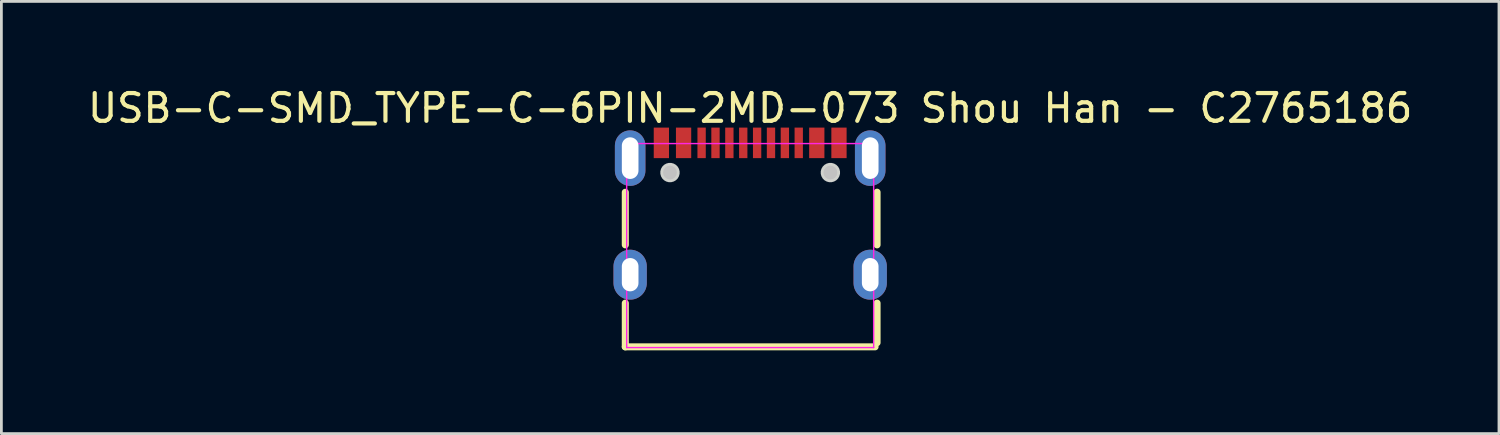
<source format=kicad_pcb>
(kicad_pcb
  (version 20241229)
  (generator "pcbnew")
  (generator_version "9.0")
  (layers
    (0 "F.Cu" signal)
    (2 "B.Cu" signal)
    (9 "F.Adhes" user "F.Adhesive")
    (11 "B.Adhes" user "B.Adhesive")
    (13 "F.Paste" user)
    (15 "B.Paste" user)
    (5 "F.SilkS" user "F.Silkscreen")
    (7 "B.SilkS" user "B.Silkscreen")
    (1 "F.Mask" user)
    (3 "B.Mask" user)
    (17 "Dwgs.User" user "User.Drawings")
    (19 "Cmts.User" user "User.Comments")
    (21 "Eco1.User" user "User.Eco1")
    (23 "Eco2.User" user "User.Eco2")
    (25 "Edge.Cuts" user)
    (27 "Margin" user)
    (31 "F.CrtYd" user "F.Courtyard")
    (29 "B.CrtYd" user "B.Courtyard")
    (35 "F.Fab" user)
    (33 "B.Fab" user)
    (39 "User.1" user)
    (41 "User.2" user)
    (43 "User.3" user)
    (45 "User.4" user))
  (footprint "USB-C-SMD_TYPE-C-6PIN-2MD-073 Shou Han - C2765186"
    (layer "F.Cu")
    (at 23.982 4.473)
    (property "Reference" "USB-C-SMD_TYPE-C-6PIN-2MD-073 Shou Han - C2765186" (at 0 -3.625 0) (layer "F.SilkS") (effects (font (size 1 1) (thickness 0.15))))
    (fp_line (start -4.5 1.3) (end -4.5 -0.594) (stroke (width 0.254) (type default)) (layer "F.SilkS"))
    (fp_line (start -4.5 4.975) (end -4.5 3.4) (stroke (width 0.254) (type default)) (layer "F.SilkS"))
    (fp_line (start 4.5 4.975) (end -4.5 4.975) (stroke (width 0.254) (type default)) (layer "F.SilkS"))
    (fp_line (start 4.572 1.3) (end 4.572 -0.597) (stroke (width 0.254) (type default)) (layer "F.SilkS"))
    (fp_line (start 4.572 4.826) (end 4.572 3.4) (stroke (width 0.254) (type default)) (layer "F.SilkS"))
    (fp_poly (pts (xy -3.5 -2.925) (xy -3.5 -1.825) (xy -2.9 -1.825) (xy -2.9 -2.925)) (stroke (width 0) (type default)) (fill yes) (layer "F.Paste"))
    (fp_poly (pts (xy -2.7 -2.925) (xy -2.7 -1.825) (xy -2.1 -1.825) (xy -2.1 -2.925)) (stroke (width 0) (type default)) (fill yes) (layer "F.Paste"))
    (fp_poly (pts (xy -1.6 -1.825) (xy -1.6 -2.925) (xy -1.9 -2.925) (xy -1.9 -1.825)) (stroke (width 0) (type default)) (fill yes) (layer "F.Paste"))
    (fp_poly (pts (xy -1.1 -1.825) (xy -1.1 -2.925) (xy -1.4 -2.925) (xy -1.4 -1.825)) (stroke (width 0) (type default)) (fill yes) (layer "F.Paste"))
    (fp_poly (pts (xy -0.6 -1.825) (xy -0.6 -2.925) (xy -0.9 -2.925) (xy -0.9 -1.825)) (stroke (width 0) (type default)) (fill yes) (layer "F.Paste"))
    (fp_poly (pts (xy -0.1 -1.825) (xy -0.1 -2.925) (xy -0.4 -2.925) (xy -0.4 -1.825)) (stroke (width 0) (type default)) (fill yes) (layer "F.Paste"))
    (fp_poly (pts (xy 0.4 -1.825) (xy 0.4 -2.925) (xy 0.1 -2.925) (xy 0.1 -1.825)) (stroke (width 0) (type default)) (fill yes) (layer "F.Paste"))
    (fp_poly (pts (xy 0.9 -1.825) (xy 0.9 -2.925) (xy 0.6 -2.925) (xy 0.6 -1.825)) (stroke (width 0) (type default)) (fill yes) (layer "F.Paste"))
    (fp_poly (pts (xy 1.4 -1.825) (xy 1.4 -2.925) (xy 1.1 -2.925) (xy 1.1 -1.825)) (stroke (width 0) (type default)) (fill yes) (layer "F.Paste"))
    (fp_poly (pts (xy 1.6 -2.925) (xy 1.6 -1.825) (xy 1.9 -1.825) (xy 1.9 -2.925)) (stroke (width 0) (type default)) (fill yes) (layer "F.Paste"))
    (fp_poly (pts (xy 2.1 -2.925) (xy 2.1 -1.825) (xy 2.7 -1.825) (xy 2.7 -2.925)) (stroke (width 0) (type default)) (fill yes) (layer "F.Paste"))
    (fp_poly (pts (xy 3.5 -1.825) (xy 3.5 -2.925) (xy 2.9 -2.925) (xy 2.9 -1.825)) (stroke (width 0) (type default)) (fill yes) (layer "F.Paste"))
    (fp_poly (pts (xy -4.34 -2.825) (xy -4.37 -2.824) (xy -4.399 -2.821) (xy -4.429 -2.816) (xy -4.458 -2.81) (xy -4.487 -2.803) (xy -4.516 -2.794) (xy -4.544 -2.784) (xy -4.572 -2.772) (xy -4.598 -2.759) (xy -4.625 -2.744) (xy -4.651 -2.729) (xy -4.675 -2.712) (xy -4.699 -2.694) (xy -4.722 -2.675) (xy -4.744 -2.655) (xy -4.765 -2.633) (xy -4.785 -2.611) (xy -4.803 -2.587) (xy -4.821 -2.563) (xy -4.837 -2.538) (xy -4.852 -2.512) (xy -4.865 -2.486) (xy -4.878 -2.458) (xy -4.889 -2.43) (xy -4.899 -2.402) (xy -4.907 -2.373) (xy -4.913 -2.344) (xy -4.918 -2.314) (xy -4.922 -2.285) (xy -4.924 -2.255) (xy -4.925 -2.225) (xy -4.925 -1.425) (xy -4.924 -1.395) (xy -4.922 -1.365) (xy -4.918 -1.335) (xy -4.913 -1.306) (xy -4.907 -1.277) (xy -4.899 -1.248) (xy -4.889 -1.22) (xy -4.878 -1.192) (xy -4.865 -1.165) (xy -4.852 -1.138) (xy -4.837 -1.113) (xy -4.821 -1.087) (xy -4.803 -1.063) (xy -4.785 -1.04) (xy -4.765 -1.017) (xy -4.744 -0.996) (xy -4.722 -0.976) (xy -4.699 -0.956) (xy -4.675 -0.938) (xy -4.651 -0.921) (xy -4.625 -0.905) (xy -4.598 -0.891) (xy -4.572 -0.878) (xy -4.544 -0.867) (xy -4.516 -0.857) (xy -4.487 -0.848) (xy -4.458 -0.84) (xy -4.429 -0.834) (xy -4.399 -0.83) (xy -4.37 -0.827) (xy -4.34 -0.826) (xy -4.31 -0.826) (xy -4.28 -0.827) (xy -4.25 -0.83) (xy -4.221 -0.834) (xy -4.191 -0.84) (xy -4.162 -0.848) (xy -4.134 -0.857) (xy -4.106 -0.867) (xy -4.078 -0.878) (xy -4.051 -0.891) (xy -4.025 -0.905) (xy -3.999 -0.921) (xy -3.974 -0.938) (xy -3.951 -0.956) (xy -3.928 -0.976) (xy -3.906 -0.996) (xy -3.885 -1.017) (xy -3.865 -1.04) (xy -3.846 -1.063) (xy -3.829 -1.087) (xy -3.813 -1.113) (xy -3.798 -1.138) (xy -3.784 -1.165) (xy -3.772 -1.192) (xy -3.761 -1.22) (xy -3.752 -1.248) (xy -3.744 -1.277) (xy -3.737 -1.306) (xy -3.732 -1.335) (xy -3.728 -1.365) (xy -3.725 -1.395) (xy -3.725 -1.425) (xy -3.725 -2.225) (xy -3.725 -2.255) (xy -3.728 -2.285) (xy -3.732 -2.314) (xy -3.737 -2.344) (xy -3.744 -2.373) (xy -3.752 -2.402) (xy -3.761 -2.43) (xy -3.772 -2.458) (xy -3.784 -2.486) (xy -3.798 -2.512) (xy -3.813 -2.538) (xy -3.829 -2.563) (xy -3.846 -2.587) (xy -3.865 -2.611) (xy -3.885 -2.633) (xy -3.906 -2.655) (xy -3.928 -2.675) (xy -3.951 -2.694) (xy -3.974 -2.712) (xy -3.999 -2.729) (xy -4.025 -2.744) (xy -4.051 -2.759) (xy -4.078 -2.772) (xy -4.106 -2.784) (xy -4.134 -2.794) (xy -4.162 -2.803) (xy -4.191 -2.81) (xy -4.221 -2.816) (xy -4.25 -2.821) (xy -4.28 -2.824) (xy -4.31 -2.825)) (stroke (width 0) (type default)) (fill yes) (layer "F.Paste"))
    (fp_poly (pts (xy -4.28 1.627) (xy -4.31 1.625) (xy -4.34 1.625) (xy -4.37 1.627) (xy -4.399 1.629) (xy -4.429 1.634) (xy -4.458 1.64) (xy -4.487 1.647) (xy -4.516 1.657) (xy -4.544 1.667) (xy -4.572 1.678) (xy -4.598 1.691) (xy -4.625 1.706) (xy -4.651 1.721) (xy -4.675 1.738) (xy -4.699 1.756) (xy -4.722 1.775) (xy -4.744 1.796) (xy -4.765 1.817) (xy -4.785 1.839) (xy -4.803 1.863) (xy -4.821 1.887) (xy -4.837 1.912) (xy -4.852 1.938) (xy -4.865 1.964) (xy -4.878 1.992) (xy -4.889 2.02) (xy -4.899 2.048) (xy -4.907 2.077) (xy -4.913 2.106) (xy -4.918 2.135) (xy -4.922 2.166) (xy -4.924 2.195) (xy -4.925 2.225) (xy -4.925 2.525) (xy -4.924 2.555) (xy -4.922 2.585) (xy -4.918 2.615) (xy -4.913 2.644) (xy -4.907 2.673) (xy -4.899 2.702) (xy -4.889 2.73) (xy -4.878 2.758) (xy -4.865 2.785) (xy -4.852 2.812) (xy -4.837 2.838) (xy -4.821 2.863) (xy -4.803 2.888) (xy -4.785 2.91) (xy -4.765 2.933) (xy -4.744 2.954) (xy -4.722 2.975) (xy -4.699 2.994) (xy -4.675 3.012) (xy -4.651 3.029) (xy -4.625 3.045) (xy -4.598 3.059) (xy -4.572 3.072) (xy -4.544 3.083) (xy -4.516 3.094) (xy -4.487 3.103) (xy -4.458 3.11) (xy -4.429 3.116) (xy -4.399 3.12) (xy -4.37 3.123) (xy -4.34 3.125) (xy -4.31 3.125) (xy -4.28 3.123) (xy -4.25 3.12) (xy -4.221 3.116) (xy -4.191 3.11) (xy -4.162 3.103) (xy -4.134 3.094) (xy -4.106 3.083) (xy -4.078 3.072) (xy -4.051 3.059) (xy -4.025 3.045) (xy -3.999 3.029) (xy -3.974 3.012) (xy -3.951 2.994) (xy -3.928 2.975) (xy -3.906 2.954) (xy -3.885 2.933) (xy -3.865 2.91) (xy -3.846 2.888) (xy -3.829 2.863) (xy -3.813 2.838) (xy -3.798 2.812) (xy -3.784 2.785) (xy -3.772 2.758) (xy -3.761 2.73) (xy -3.752 2.702) (xy -3.744 2.673) (xy -3.737 2.644) (xy -3.732 2.615) (xy -3.728 2.585) (xy -3.725 2.555) (xy -3.725 2.525) (xy -3.725 2.225) (xy -3.725 2.195) (xy -3.728 2.166) (xy -3.732 2.135) (xy -3.737 2.106) (xy -3.744 2.077) (xy -3.752 2.048) (xy -3.761 2.02) (xy -3.772 1.992) (xy -3.784 1.964) (xy -3.798 1.938) (xy -3.813 1.912) (xy -3.829 1.887) (xy -3.846 1.863) (xy -3.865 1.839) (xy -3.885 1.817) (xy -3.906 1.796) (xy -3.928 1.775) (xy -3.951 1.756) (xy -3.974 1.738) (xy -3.999 1.721) (xy -4.025 1.706) (xy -4.051 1.691) (xy -4.078 1.678) (xy -4.106 1.667) (xy -4.134 1.657) (xy -4.162 1.647) (xy -4.191 1.64) (xy -4.221 1.634) (xy -4.25 1.629)) (stroke (width 0) (type default)) (fill yes) (layer "F.Paste"))
    (fp_poly (pts (xy 4.31 1.625) (xy 4.28 1.627) (xy 4.25 1.629) (xy 4.221 1.634) (xy 4.191 1.64) (xy 4.162 1.647) (xy 4.134 1.657) (xy 4.106 1.667) (xy 4.078 1.678) (xy 4.051 1.691) (xy 4.025 1.706) (xy 3.999 1.721) (xy 3.974 1.738) (xy 3.951 1.756) (xy 3.928 1.775) (xy 3.906 1.796) (xy 3.885 1.817) (xy 3.865 1.839) (xy 3.846 1.863) (xy 3.829 1.887) (xy 3.813 1.912) (xy 3.798 1.938) (xy 3.784 1.964) (xy 3.772 1.992) (xy 3.761 2.02) (xy 3.752 2.048) (xy 3.744 2.077) (xy 3.737 2.106) (xy 3.732 2.135) (xy 3.728 2.166) (xy 3.725 2.195) (xy 3.725 2.225) (xy 3.725 2.525) (xy 3.725 2.555) (xy 3.728 2.585) (xy 3.732 2.615) (xy 3.737 2.644) (xy 3.744 2.673) (xy 3.752 2.702) (xy 3.761 2.73) (xy 3.772 2.758) (xy 3.784 2.785) (xy 3.798 2.812) (xy 3.813 2.838) (xy 3.829 2.863) (xy 3.846 2.888) (xy 3.865 2.91) (xy 3.885 2.933) (xy 3.906 2.954) (xy 3.928 2.975) (xy 3.951 2.994) (xy 3.974 3.012) (xy 3.999 3.029) (xy 4.025 3.045) (xy 4.051 3.059) (xy 4.078 3.072) (xy 4.106 3.083) (xy 4.134 3.094) (xy 4.162 3.103) (xy 4.191 3.11) (xy 4.221 3.116) (xy 4.25 3.12) (xy 4.28 3.123) (xy 4.31 3.125) (xy 4.34 3.125) (xy 4.37 3.123) (xy 4.399 3.12) (xy 4.429 3.116) (xy 4.458 3.11) (xy 4.487 3.103) (xy 4.516 3.094) (xy 4.544 3.083) (xy 4.572 3.072) (xy 4.598 3.059) (xy 4.625 3.045) (xy 4.651 3.029) (xy 4.675 3.012) (xy 4.699 2.994) (xy 4.722 2.975) (xy 4.744 2.954) (xy 4.765 2.933) (xy 4.785 2.91) (xy 4.803 2.888) (xy 4.821 2.863) (xy 4.837 2.838) (xy 4.852 2.812) (xy 4.865 2.785) (xy 4.878 2.758) (xy 4.889 2.73) (xy 4.899 2.702) (xy 4.907 2.673) (xy 4.913 2.644) (xy 4.918 2.615) (xy 4.922 2.585) (xy 4.924 2.555) (xy 4.925 2.525) (xy 4.925 2.225) (xy 4.924 2.195) (xy 4.922 2.166) (xy 4.918 2.135) (xy 4.913 2.106) (xy 4.907 2.077) (xy 4.899 2.048) (xy 4.889 2.02) (xy 4.878 1.992) (xy 4.865 1.964) (xy 4.852 1.938) (xy 4.837 1.912) (xy 4.821 1.887) (xy 4.803 1.863) (xy 4.785 1.839) (xy 4.765 1.817) (xy 4.744 1.796) (xy 4.722 1.775) (xy 4.699 1.756) (xy 4.675 1.738) (xy 4.651 1.721) (xy 4.625 1.706) (xy 4.598 1.691) (xy 4.572 1.678) (xy 4.544 1.667) (xy 4.516 1.657) (xy 4.487 1.647) (xy 4.458 1.64) (xy 4.429 1.634) (xy 4.399 1.629) (xy 4.37 1.627) (xy 4.34 1.625)) (stroke (width 0) (type default)) (fill yes) (layer "F.Paste"))
    (fp_poly (pts (xy 4.37 -2.824) (xy 4.34 -2.825) (xy 4.31 -2.825) (xy 4.28 -2.824) (xy 4.25 -2.821) (xy 4.221 -2.816) (xy 4.191 -2.81) (xy 4.162 -2.803) (xy 4.134 -2.794) (xy 4.106 -2.784) (xy 4.078 -2.772) (xy 4.051 -2.759) (xy 4.025 -2.744) (xy 3.999 -2.729) (xy 3.974 -2.712) (xy 3.951 -2.694) (xy 3.928 -2.675) (xy 3.906 -2.655) (xy 3.885 -2.633) (xy 3.865 -2.611) (xy 3.846 -2.587) (xy 3.829 -2.563) (xy 3.813 -2.538) (xy 3.798 -2.512) (xy 3.784 -2.486) (xy 3.772 -2.458) (xy 3.761 -2.43) (xy 3.752 -2.402) (xy 3.744 -2.373) (xy 3.737 -2.344) (xy 3.732 -2.314) (xy 3.728 -2.285) (xy 3.725 -2.255) (xy 3.725 -2.225) (xy 3.725 -1.425) (xy 3.725 -1.395) (xy 3.728 -1.365) (xy 3.732 -1.335) (xy 3.737 -1.306) (xy 3.744 -1.277) (xy 3.752 -1.248) (xy 3.761 -1.22) (xy 3.772 -1.192) (xy 3.784 -1.165) (xy 3.798 -1.138) (xy 3.813 -1.113) (xy 3.829 -1.087) (xy 3.846 -1.063) (xy 3.865 -1.04) (xy 3.885 -1.017) (xy 3.906 -0.996) (xy 3.928 -0.976) (xy 3.951 -0.956) (xy 3.974 -0.938) (xy 3.999 -0.921) (xy 4.025 -0.905) (xy 4.051 -0.891) (xy 4.078 -0.878) (xy 4.106 -0.867) (xy 4.134 -0.857) (xy 4.162 -0.848) (xy 4.191 -0.84) (xy 4.221 -0.834) (xy 4.25 -0.83) (xy 4.28 -0.827) (xy 4.31 -0.826) (xy 4.34 -0.826) (xy 4.37 -0.827) (xy 4.399 -0.83) (xy 4.429 -0.834) (xy 4.458 -0.84) (xy 4.487 -0.848) (xy 4.516 -0.857) (xy 4.544 -0.867) (xy 4.572 -0.878) (xy 4.598 -0.891) (xy 4.625 -0.905) (xy 4.651 -0.921) (xy 4.675 -0.938) (xy 4.699 -0.956) (xy 4.722 -0.976) (xy 4.744 -0.996) (xy 4.765 -1.017) (xy 4.785 -1.04) (xy 4.803 -1.063) (xy 4.821 -1.087) (xy 4.837 -1.113) (xy 4.852 -1.138) (xy 4.865 -1.165) (xy 4.878 -1.192) (xy 4.889 -1.22) (xy 4.899 -1.248) (xy 4.907 -1.277) (xy 4.913 -1.306) (xy 4.918 -1.335) (xy 4.922 -1.365) (xy 4.924 -1.395) (xy 4.925 -1.425) (xy 4.925 -2.225) (xy 4.924 -2.255) (xy 4.922 -2.285) (xy 4.918 -2.314) (xy 4.913 -2.344) (xy 4.907 -2.373) (xy 4.899 -2.402) (xy 4.889 -2.43) (xy 4.878 -2.458) (xy 4.865 -2.486) (xy 4.852 -2.512) (xy 4.837 -2.538) (xy 4.821 -2.563) (xy 4.803 -2.587) (xy 4.785 -2.611) (xy 4.765 -2.633) (xy 4.744 -2.655) (xy 4.722 -2.675) (xy 4.699 -2.694) (xy 4.675 -2.712) (xy 4.651 -2.729) (xy 4.625 -2.744) (xy 4.598 -2.759) (xy 4.572 -2.772) (xy 4.544 -2.784) (xy 4.516 -2.794) (xy 4.487 -2.803) (xy 4.458 -2.81) (xy 4.429 -2.816) (xy 4.399 -2.821)) (stroke (width 0) (type default)) (fill yes) (layer "F.Paste"))
    (fp_circle (center -2.89 -1.305) (end -2.765 -1.305) (stroke (width 0.25) (type default)) (fill no) (layer "Dwgs.User"))
    (fp_circle (center 2.89 -1.305) (end 3.015 -1.305) (stroke (width 0.25) (type default)) (fill no) (layer "Dwgs.User"))
    (fp_poly (pts (xy -2.543 -1.351) (xy -2.567 -1.439) (xy -2.612 -1.518) (xy -2.677 -1.583) (xy -2.756 -1.628) (xy -2.844 -1.652) (xy -2.936 -1.652) (xy -3.024 -1.628) (xy -3.103 -1.583) (xy -3.168 -1.518) (xy -3.213 -1.439) (xy -3.237 -1.351) (xy -3.237 -1.259) (xy -3.213 -1.171) (xy -3.168 -1.092) (xy -3.103 -1.027) (xy -3.024 -0.982) (xy -2.936 -0.958) (xy -2.844 -0.958) (xy -2.756 -0.982) (xy -2.677 -1.027) (xy -2.612 -1.092) (xy -2.567 -1.171) (xy -2.543 -1.259)) (stroke (width 0) (type default)) (fill yes) (layer "Edge.Cuts"))
    (fp_poly (pts (xy 3.237 -1.351) (xy 3.213 -1.439) (xy 3.168 -1.518) (xy 3.103 -1.583) (xy 3.024 -1.628) (xy 2.936 -1.652) (xy 2.844 -1.652) (xy 2.756 -1.628) (xy 2.677 -1.583) (xy 2.612 -1.518) (xy 2.567 -1.439) (xy 2.543 -1.351) (xy 2.543 -1.259) (xy 2.567 -1.171) (xy 2.612 -1.092) (xy 2.677 -1.027) (xy 2.756 -0.982) (xy 2.844 -0.958) (xy 2.936 -0.958) (xy 3.024 -0.982) (xy 3.103 -1.027) (xy 3.168 -1.092) (xy 3.213 -1.171) (xy 3.237 -1.259)) (stroke (width 0) (type default)) (fill yes) (layer "Edge.Cuts"))
    (fp_line (start -4.45 -2.349) (end 4.45 -2.349) (stroke (width 0.051) (type solid)) (layer "F.CrtYd"))
    (fp_line (start -4.45 5.001) (end -4.45 -2.349) (stroke (width 0.051) (type solid)) (layer "F.CrtYd"))
    (fp_line (start 4.45 -2.349) (end 4.45 5.001) (stroke (width 0.051) (type solid)) (layer "F.CrtYd"))
    (fp_line (start 4.45 5.001) (end -4.45 5.001) (stroke (width 0.051) (type solid)) (layer "F.CrtYd"))
    (fp_poly (pts (xy -4.45 -2.349) (xy -4.2 -2.349) (xy -4.2 -1.249) (xy -4.45 -1.249)) (stroke (width 0.1) (type default)) (fill no) (layer "User.1"))
    (fp_poly (pts (xy -4.45 2.025) (xy -4.2 2.025) (xy -4.2 2.725) (xy -4.45 2.725)) (stroke (width 0.1) (type default)) (fill no) (layer "User.1"))
    (fp_poly (pts (xy -3.4 -2.649) (xy -3 -2.649) (xy -3 -1.799) (xy -3.4 -1.799)) (stroke (width 0.1) (type default)) (fill no) (layer "User.1"))
    (fp_poly (pts (xy -2.6 -2.649) (xy -2.2 -2.649) (xy -2.2 -1.799) (xy -2.6 -1.799)) (stroke (width 0.1) (type default)) (fill no) (layer "User.1"))
    (fp_poly (pts (xy -1.85 -2.649) (xy -1.65 -2.649) (xy -1.65 -1.799) (xy -1.85 -1.799)) (stroke (width 0.1) (type default)) (fill no) (layer "User.1"))
    (fp_poly (pts (xy -1.35 -2.649) (xy -1.15 -2.649) (xy -1.15 -1.799) (xy -1.35 -1.799)) (stroke (width 0.1) (type default)) (fill no) (layer "User.1"))
    (fp_poly (pts (xy -0.85 -2.649) (xy -0.65 -2.649) (xy -0.65 -1.799) (xy -0.85 -1.799)) (stroke (width 0.1) (type default)) (fill no) (layer "User.1"))
    (fp_poly (pts (xy -0.35 -2.649) (xy -0.15 -2.649) (xy -0.15 -1.799) (xy -0.35 -1.799)) (stroke (width 0.1) (type default)) (fill no) (layer "User.1"))
    (fp_poly (pts (xy 0.15 -2.649) (xy 0.35 -2.649) (xy 0.35 -1.799) (xy 0.15 -1.799)) (stroke (width 0.1) (type default)) (fill no) (layer "User.1"))
    (fp_poly (pts (xy 0.65 -2.649) (xy 0.85 -2.649) (xy 0.85 -1.799) (xy 0.65 -1.799)) (stroke (width 0.1) (type default)) (fill no) (layer "User.1"))
    (fp_poly (pts (xy 1.15 -2.649) (xy 1.35 -2.649) (xy 1.35 -1.799) (xy 1.15 -1.799)) (stroke (width 0.1) (type default)) (fill no) (layer "User.1"))
    (fp_poly (pts (xy 1.65 -2.649) (xy 1.85 -2.649) (xy 1.85 -1.799) (xy 1.65 -1.799)) (stroke (width 0.1) (type default)) (fill no) (layer "User.1"))
    (fp_poly (pts (xy 2.2 -2.649) (xy 2.6 -2.649) (xy 2.6 -1.799) (xy 2.2 -1.799)) (stroke (width 0.1) (type default)) (fill no) (layer "User.1"))
    (fp_poly (pts (xy 3 -2.649) (xy 3.4 -2.649) (xy 3.4 -1.799) (xy 3 -1.799)) (stroke (width 0.1) (type default)) (fill no) (layer "User.1"))
    (fp_poly (pts (xy 4.2 -2.349) (xy 4.45 -2.349) (xy 4.45 -1.249) (xy 4.2 -1.249)) (stroke (width 0.1) (type default)) (fill no) (layer "User.1"))
    (fp_poly (pts (xy 4.2 2.025) (xy 4.45 2.025) (xy 4.45 2.725) (xy 4.2 2.725)) (stroke (width 0.1) (type default)) (fill no) (layer "User.1"))
    (fp_poly (pts (xy -4.395 -2.672) (xy -4.427 -2.704) (xy -4.473 -2.704) (xy -4.505 -2.672) (xy -4.505 -2.626) (xy -4.473 -2.594) (xy -4.427 -2.594) (xy -4.395 -2.626)) (stroke (width 0.1) (type default)) (fill no) (layer "User.3"))
    (pad "A1" smd rect (at -3.2 -2.375) (size 0.55 1.1) (layers "F.Cu" "F.Mask" "F.Paste"))
    (pad "A4" smd rect (at -2.4 -2.375) (size 0.55 1.1) (layers "F.Cu" "F.Mask" "F.Paste"))
    (pad "A5" smd rect (at -1.25 -2.375) (size 0.3 1.1) (layers "F.Cu" "F.Mask" "F.Paste"))
    (pad "A6" smd rect (at -0.25 -2.375) (size 0.3 1.1) (layers "F.Cu" "F.Mask" "F.Paste"))
    (pad "A7" smd rect (at 0.25 -2.375) (size 0.3 1.1) (layers "F.Cu" "F.Mask" "F.Paste"))
    (pad "A8" smd rect (at 1.25 -2.375) (size 0.3 1.1) (layers "F.Cu" "F.Mask" "F.Paste"))
    (pad "B1" smd rect (at 3.2 -2.375) (size 0.55 1.1) (layers "F.Cu" "F.Mask" "F.Paste"))
    (pad "B4" smd rect (at 2.4 -2.375) (size 0.55 1.1) (layers "F.Cu" "F.Mask" "F.Paste"))
    (pad "B5" smd rect (at 1.75 -2.375) (size 0.3 1.1) (layers "F.Cu" "F.Mask" "F.Paste"))
    (pad "B6" smd rect (at 0.75 -2.375) (size 0.3 1.1) (layers "F.Cu" "F.Mask" "F.Paste"))
    (pad "B7" smd rect (at -0.75 -2.375) (size 0.3 1.1) (layers "F.Cu" "F.Mask" "F.Paste"))
    (pad "B8" smd rect (at -1.75 -2.375) (size 0.3 1.1) (layers "F.Cu" "F.Mask" "F.Paste"))
    (pad "S1" thru_hole oval (at -4.325 -1.825) (size 1.1 2) (drill oval 0.6 1.5) (layers "*.Cu" "*.Mask"))
    (pad "S1" thru_hole oval (at -4.325 2.375) (size 1.2 1.8) (drill oval 0.6 1.2) (layers "*.Cu" "*.Mask"))
    (pad "S1" thru_hole oval (at 4.325 -1.825) (size 1.1 2) (drill oval 0.6 1.5) (layers "*.Cu" "*.Mask"))
    (pad "S1" thru_hole oval (at 4.325 2.375) (size 1.2 1.8) (drill oval 0.6 1.2) (layers "*.Cu" "*.Mask")))
  (gr_rect
    (start -3 -3)
    (end 50.964 12.575)
    (stroke (width 0.1) (type default))
    (fill no)
    (layer "Edge.Cuts")))
</source>
